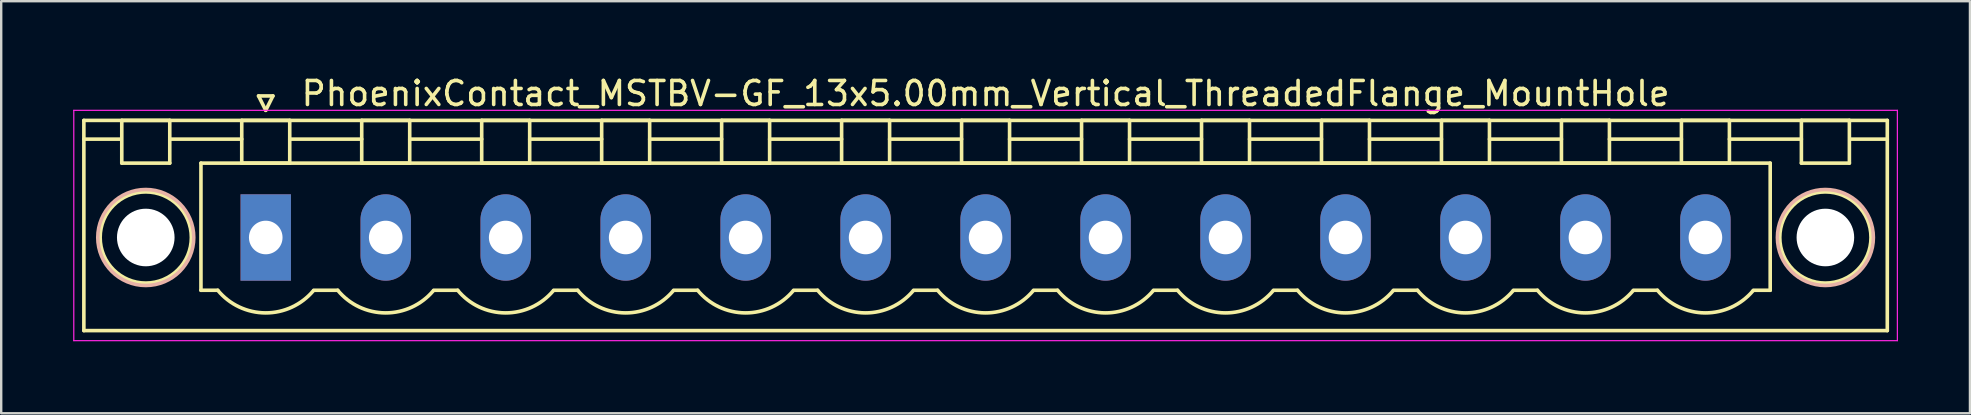
<source format=kicad_pcb>
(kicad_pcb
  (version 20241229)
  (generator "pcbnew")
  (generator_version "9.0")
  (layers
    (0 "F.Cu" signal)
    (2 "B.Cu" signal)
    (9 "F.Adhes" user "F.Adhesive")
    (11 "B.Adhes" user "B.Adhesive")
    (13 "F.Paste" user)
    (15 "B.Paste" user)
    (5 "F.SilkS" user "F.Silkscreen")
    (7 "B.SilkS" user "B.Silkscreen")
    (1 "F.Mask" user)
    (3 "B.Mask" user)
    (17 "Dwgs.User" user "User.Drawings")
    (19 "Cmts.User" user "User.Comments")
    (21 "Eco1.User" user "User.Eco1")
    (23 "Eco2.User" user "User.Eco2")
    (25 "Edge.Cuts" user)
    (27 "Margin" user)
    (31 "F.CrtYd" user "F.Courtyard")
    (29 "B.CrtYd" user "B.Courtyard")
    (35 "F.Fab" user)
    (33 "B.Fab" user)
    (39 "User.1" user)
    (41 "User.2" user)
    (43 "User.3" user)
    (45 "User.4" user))
  (footprint "PhoenixContact_MSTBV-GF_13x5.00mm_Vertical_ThreadedFlange_MountHole"
    (layer "F.Cu")
    (at 8.025 6.848)
    (property "Reference" "PhoenixContact_MSTBV-GF_13x5.00mm_Vertical_ThreadedFlange_MountHole" (at 30 -6 0) (layer "F.SilkS") (effects (font (size 1 1) (thickness 0.15))))
    (attr through_hole)
    (fp_line (start -7.58 -4.88) (end -7.58 3.88) (stroke (width 0.15) (type solid)) (layer "F.SilkS"))
    (fp_line (start -7.58 -4.1) (end -6.08 -4.1) (stroke (width 0.15) (type solid)) (layer "F.SilkS"))
    (fp_line (start -7.58 3.88) (end 67.58 3.88) (stroke (width 0.15) (type solid)) (layer "F.SilkS"))
    (fp_line (start -6 -4.88) (end -4 -4.88) (stroke (width 0.15) (type solid)) (layer "F.SilkS"))
    (fp_line (start -6 -3.1) (end -6 -4.88) (stroke (width 0.15) (type solid)) (layer "F.SilkS"))
    (fp_line (start -4 -4.88) (end -4 -3.1) (stroke (width 0.15) (type solid)) (layer "F.SilkS"))
    (fp_line (start -4 -4.1) (end -1 -4.1) (stroke (width 0.15) (type solid)) (layer "F.SilkS"))
    (fp_line (start -4 -3.1) (end -6 -3.1) (stroke (width 0.15) (type solid)) (layer "F.SilkS"))
    (fp_line (start -2.7 -3.1) (end 62.7 -3.1) (stroke (width 0.15) (type solid)) (layer "F.SilkS"))
    (fp_line (start -2.7 2.2) (end -2.7 -3.1) (stroke (width 0.15) (type solid)) (layer "F.SilkS"))
    (fp_line (start -2 2.2) (end -2.7 2.2) (stroke (width 0.15) (type solid)) (layer "F.SilkS"))
    (fp_line (start -1 -4.88) (end 1 -4.88) (stroke (width 0.15) (type solid)) (layer "F.SilkS"))
    (fp_line (start -1 -3.1) (end -1 -4.88) (stroke (width 0.15) (type solid)) (layer "F.SilkS"))
    (fp_line (start -0.3 -5.9) (end 0 -5.3) (stroke (width 0.15) (type solid)) (layer "F.SilkS"))
    (fp_line (start 0 -5.3) (end 0.3 -5.9) (stroke (width 0.15) (type solid)) (layer "F.SilkS"))
    (fp_line (start 0.3 -5.9) (end -0.3 -5.9) (stroke (width 0.15) (type solid)) (layer "F.SilkS"))
    (fp_line (start 1 -4.88) (end 1 -3.1) (stroke (width 0.15) (type solid)) (layer "F.SilkS"))
    (fp_line (start 1 -4.1) (end 4 -4.1) (stroke (width 0.15) (type solid)) (layer "F.SilkS"))
    (fp_line (start 1 -3.1) (end -1 -3.1) (stroke (width 0.15) (type solid)) (layer "F.SilkS"))
    (fp_line (start 2 2.2) (end 3 2.2) (stroke (width 0.15) (type solid)) (layer "F.SilkS"))
    (fp_line (start 4 -4.88) (end 6 -4.88) (stroke (width 0.15) (type solid)) (layer "F.SilkS"))
    (fp_line (start 4 -3.1) (end 4 -4.88) (stroke (width 0.15) (type solid)) (layer "F.SilkS"))
    (fp_line (start 6 -4.88) (end 6 -3.1) (stroke (width 0.15) (type solid)) (layer "F.SilkS"))
    (fp_line (start 6 -4.1) (end 9 -4.1) (stroke (width 0.15) (type solid)) (layer "F.SilkS"))
    (fp_line (start 6 -3.1) (end 4 -3.1) (stroke (width 0.15) (type solid)) (layer "F.SilkS"))
    (fp_line (start 7 2.2) (end 8 2.2) (stroke (width 0.15) (type solid)) (layer "F.SilkS"))
    (fp_line (start 9 -4.88) (end 11 -4.88) (stroke (width 0.15) (type solid)) (layer "F.SilkS"))
    (fp_line (start 9 -3.1) (end 9 -4.88) (stroke (width 0.15) (type solid)) (layer "F.SilkS"))
    (fp_line (start 11 -4.88) (end 11 -3.1) (stroke (width 0.15) (type solid)) (layer "F.SilkS"))
    (fp_line (start 11 -4.1) (end 14 -4.1) (stroke (width 0.15) (type solid)) (layer "F.SilkS"))
    (fp_line (start 11 -3.1) (end 9 -3.1) (stroke (width 0.15) (type solid)) (layer "F.SilkS"))
    (fp_line (start 12 2.2) (end 13 2.2) (stroke (width 0.15) (type solid)) (layer "F.SilkS"))
    (fp_line (start 14 -4.88) (end 16 -4.88) (stroke (width 0.15) (type solid)) (layer "F.SilkS"))
    (fp_line (start 14 -3.1) (end 14 -4.88) (stroke (width 0.15) (type solid)) (layer "F.SilkS"))
    (fp_line (start 16 -4.88) (end 16 -3.1) (stroke (width 0.15) (type solid)) (layer "F.SilkS"))
    (fp_line (start 16 -4.1) (end 19 -4.1) (stroke (width 0.15) (type solid)) (layer "F.SilkS"))
    (fp_line (start 16 -3.1) (end 14 -3.1) (stroke (width 0.15) (type solid)) (layer "F.SilkS"))
    (fp_line (start 17 2.2) (end 18 2.2) (stroke (width 0.15) (type solid)) (layer "F.SilkS"))
    (fp_line (start 19 -4.88) (end 21 -4.88) (stroke (width 0.15) (type solid)) (layer "F.SilkS"))
    (fp_line (start 19 -3.1) (end 19 -4.88) (stroke (width 0.15) (type solid)) (layer "F.SilkS"))
    (fp_line (start 21 -4.88) (end 21 -3.1) (stroke (width 0.15) (type solid)) (layer "F.SilkS"))
    (fp_line (start 21 -4.1) (end 24 -4.1) (stroke (width 0.15) (type solid)) (layer "F.SilkS"))
    (fp_line (start 21 -3.1) (end 19 -3.1) (stroke (width 0.15) (type solid)) (layer "F.SilkS"))
    (fp_line (start 22 2.2) (end 23 2.2) (stroke (width 0.15) (type solid)) (layer "F.SilkS"))
    (fp_line (start 24 -4.88) (end 26 -4.88) (stroke (width 0.15) (type solid)) (layer "F.SilkS"))
    (fp_line (start 24 -3.1) (end 24 -4.88) (stroke (width 0.15) (type solid)) (layer "F.SilkS"))
    (fp_line (start 26 -4.88) (end 26 -3.1) (stroke (width 0.15) (type solid)) (layer "F.SilkS"))
    (fp_line (start 26 -4.1) (end 29 -4.1) (stroke (width 0.15) (type solid)) (layer "F.SilkS"))
    (fp_line (start 26 -3.1) (end 24 -3.1) (stroke (width 0.15) (type solid)) (layer "F.SilkS"))
    (fp_line (start 27 2.2) (end 28 2.2) (stroke (width 0.15) (type solid)) (layer "F.SilkS"))
    (fp_line (start 29 -4.88) (end 31 -4.88) (stroke (width 0.15) (type solid)) (layer "F.SilkS"))
    (fp_line (start 29 -3.1) (end 29 -4.88) (stroke (width 0.15) (type solid)) (layer "F.SilkS"))
    (fp_line (start 31 -4.88) (end 31 -3.1) (stroke (width 0.15) (type solid)) (layer "F.SilkS"))
    (fp_line (start 31 -4.1) (end 34 -4.1) (stroke (width 0.15) (type solid)) (layer "F.SilkS"))
    (fp_line (start 31 -3.1) (end 29 -3.1) (stroke (width 0.15) (type solid)) (layer "F.SilkS"))
    (fp_line (start 32 2.2) (end 33 2.2) (stroke (width 0.15) (type solid)) (layer "F.SilkS"))
    (fp_line (start 34 -4.88) (end 36 -4.88) (stroke (width 0.15) (type solid)) (layer "F.SilkS"))
    (fp_line (start 34 -3.1) (end 34 -4.88) (stroke (width 0.15) (type solid)) (layer "F.SilkS"))
    (fp_line (start 36 -4.88) (end 36 -3.1) (stroke (width 0.15) (type solid)) (layer "F.SilkS"))
    (fp_line (start 36 -4.1) (end 39 -4.1) (stroke (width 0.15) (type solid)) (layer "F.SilkS"))
    (fp_line (start 36 -3.1) (end 34 -3.1) (stroke (width 0.15) (type solid)) (layer "F.SilkS"))
    (fp_line (start 37 2.2) (end 38 2.2) (stroke (width 0.15) (type solid)) (layer "F.SilkS"))
    (fp_line (start 39 -4.88) (end 41 -4.88) (stroke (width 0.15) (type solid)) (layer "F.SilkS"))
    (fp_line (start 39 -3.1) (end 39 -4.88) (stroke (width 0.15) (type solid)) (layer "F.SilkS"))
    (fp_line (start 41 -4.88) (end 41 -3.1) (stroke (width 0.15) (type solid)) (layer "F.SilkS"))
    (fp_line (start 41 -4.1) (end 44 -4.1) (stroke (width 0.15) (type solid)) (layer "F.SilkS"))
    (fp_line (start 41 -3.1) (end 39 -3.1) (stroke (width 0.15) (type solid)) (layer "F.SilkS"))
    (fp_line (start 42 2.2) (end 43 2.2) (stroke (width 0.15) (type solid)) (layer "F.SilkS"))
    (fp_line (start 44 -4.88) (end 46 -4.88) (stroke (width 0.15) (type solid)) (layer "F.SilkS"))
    (fp_line (start 44 -3.1) (end 44 -4.88) (stroke (width 0.15) (type solid)) (layer "F.SilkS"))
    (fp_line (start 46 -4.88) (end 46 -3.1) (stroke (width 0.15) (type solid)) (layer "F.SilkS"))
    (fp_line (start 46 -4.1) (end 49 -4.1) (stroke (width 0.15) (type solid)) (layer "F.SilkS"))
    (fp_line (start 46 -3.1) (end 44 -3.1) (stroke (width 0.15) (type solid)) (layer "F.SilkS"))
    (fp_line (start 47 2.2) (end 48 2.2) (stroke (width 0.15) (type solid)) (layer "F.SilkS"))
    (fp_line (start 49 -4.88) (end 51 -4.88) (stroke (width 0.15) (type solid)) (layer "F.SilkS"))
    (fp_line (start 49 -3.1) (end 49 -4.88) (stroke (width 0.15) (type solid)) (layer "F.SilkS"))
    (fp_line (start 51 -4.88) (end 51 -3.1) (stroke (width 0.15) (type solid)) (layer "F.SilkS"))
    (fp_line (start 51 -4.1) (end 54 -4.1) (stroke (width 0.15) (type solid)) (layer "F.SilkS"))
    (fp_line (start 51 -3.1) (end 49 -3.1) (stroke (width 0.15) (type solid)) (layer "F.SilkS"))
    (fp_line (start 52 2.2) (end 53 2.2) (stroke (width 0.15) (type solid)) (layer "F.SilkS"))
    (fp_line (start 54 -4.88) (end 56 -4.88) (stroke (width 0.15) (type solid)) (layer "F.SilkS"))
    (fp_line (start 54 -3.1) (end 54 -4.88) (stroke (width 0.15) (type solid)) (layer "F.SilkS"))
    (fp_line (start 56 -4.88) (end 56 -3.1) (stroke (width 0.15) (type solid)) (layer "F.SilkS"))
    (fp_line (start 56 -4.1) (end 59 -4.1) (stroke (width 0.15) (type solid)) (layer "F.SilkS"))
    (fp_line (start 56 -3.1) (end 54 -3.1) (stroke (width 0.15) (type solid)) (layer "F.SilkS"))
    (fp_line (start 57 2.2) (end 58 2.2) (stroke (width 0.15) (type solid)) (layer "F.SilkS"))
    (fp_line (start 59 -4.88) (end 61 -4.88) (stroke (width 0.15) (type solid)) (layer "F.SilkS"))
    (fp_line (start 59 -3.1) (end 59 -4.88) (stroke (width 0.15) (type solid)) (layer "F.SilkS"))
    (fp_line (start 61 -4.88) (end 61 -3.1) (stroke (width 0.15) (type solid)) (layer "F.SilkS"))
    (fp_line (start 61 -4.1) (end 64 -4.1) (stroke (width 0.15) (type solid)) (layer "F.SilkS"))
    (fp_line (start 61 -3.1) (end 59 -3.1) (stroke (width 0.15) (type solid)) (layer "F.SilkS"))
    (fp_line (start 62.7 -3.1) (end 62.7 2.2) (stroke (width 0.15) (type solid)) (layer "F.SilkS"))
    (fp_line (start 62.7 2.2) (end 62 2.2) (stroke (width 0.15) (type solid)) (layer "F.SilkS"))
    (fp_line (start 64 -4.88) (end 66 -4.88) (stroke (width 0.15) (type solid)) (layer "F.SilkS"))
    (fp_line (start 64 -3.1) (end 64 -4.88) (stroke (width 0.15) (type solid)) (layer "F.SilkS"))
    (fp_line (start 66 -4.88) (end 66 -3.1) (stroke (width 0.15) (type solid)) (layer "F.SilkS"))
    (fp_line (start 66 -3.1) (end 64 -3.1) (stroke (width 0.15) (type solid)) (layer "F.SilkS"))
    (fp_line (start 67.58 -4.88) (end -7.58 -4.88) (stroke (width 0.15) (type solid)) (layer "F.SilkS"))
    (fp_line (start 67.58 -4.1) (end 66.08 -4.1) (stroke (width 0.15) (type solid)) (layer "F.SilkS"))
    (fp_line (start 67.58 3.88) (end 67.58 -4.88) (stroke (width 0.15) (type solid)) (layer "F.SilkS"))
    (fp_arc (start 1.986842 2.215821) (mid -0.010289 3.142758) (end -2 2.2) (stroke (width 0.15) (type solid)) (layer "F.SilkS"))
    (fp_arc (start 6.986842 2.215821) (mid 4.989711 3.142758) (end 3 2.2) (stroke (width 0.15) (type solid)) (layer "F.SilkS"))
    (fp_arc (start 11.986842 2.215821) (mid 9.989711 3.142758) (end 8 2.2) (stroke (width 0.15) (type solid)) (layer "F.SilkS"))
    (fp_arc (start 16.986842 2.215821) (mid 14.989711 3.142758) (end 13 2.2) (stroke (width 0.15) (type solid)) (layer "F.SilkS"))
    (fp_arc (start 21.986842 2.215821) (mid 19.989711 3.142758) (end 18 2.2) (stroke (width 0.15) (type solid)) (layer "F.SilkS"))
    (fp_arc (start 26.986842 2.215821) (mid 24.989711 3.142758) (end 23 2.2) (stroke (width 0.15) (type solid)) (layer "F.SilkS"))
    (fp_arc (start 31.986842 2.215821) (mid 29.989711 3.142758) (end 28 2.2) (stroke (width 0.15) (type solid)) (layer "F.SilkS"))
    (fp_arc (start 36.986842 2.215821) (mid 34.989711 3.142758) (end 33 2.2) (stroke (width 0.15) (type solid)) (layer "F.SilkS"))
    (fp_arc (start 41.986842 2.215821) (mid 39.989711 3.142758) (end 38 2.2) (stroke (width 0.15) (type solid)) (layer "F.SilkS"))
    (fp_arc (start 46.986842 2.215821) (mid 44.989711 3.142758) (end 43 2.2) (stroke (width 0.15) (type solid)) (layer "F.SilkS"))
    (fp_arc (start 51.986842 2.215821) (mid 49.989711 3.142758) (end 48 2.2) (stroke (width 0.15) (type solid)) (layer "F.SilkS"))
    (fp_arc (start 56.986842 2.215821) (mid 54.989711 3.142758) (end 53 2.2) (stroke (width 0.15) (type solid)) (layer "F.SilkS"))
    (fp_arc (start 61.986842 2.215821) (mid 59.989711 3.142758) (end 58 2.2) (stroke (width 0.15) (type solid)) (layer "F.SilkS"))
    (fp_circle (center -5 0) (end -3.1 0) (stroke (width 0.15) (type solid)) (fill no) (layer "F.SilkS"))
    (fp_circle (center 65 0) (end 66.9 0) (stroke (width 0.15) (type solid)) (fill no) (layer "F.SilkS"))
    (fp_circle (center -5 0) (end -3 0) (stroke (width 0.15) (type solid)) (fill no) (layer "B.SilkS"))
    (fp_circle (center 65 0) (end 67 0) (stroke (width 0.15) (type solid)) (fill no) (layer "B.SilkS"))
    (fp_line (start -8 -5.3) (end -8 4.3) (stroke (width 0.05) (type solid)) (layer "F.CrtYd"))
    (fp_line (start -8 4.3) (end 68 4.3) (stroke (width 0.05) (type solid)) (layer "F.CrtYd"))
    (fp_line (start 68 -5.3) (end -8 -5.3) (stroke (width 0.05) (type solid)) (layer "F.CrtYd"))
    (fp_line (start 68 4.3) (end 68 -5.3) (stroke (width 0.05) (type solid)) (layer "F.CrtYd"))
    (pad "" np_thru_hole circle (at -5 0) (size 2.4 2.4) (drill 2.4) (layers "*.Cu" "*.Mask"))
    (pad "" np_thru_hole circle (at 65 0) (size 2.4 2.4) (drill 2.4) (layers "*.Cu" "*.Mask"))
    (pad "1" thru_hole rect (at 0 0) (size 2.1 3.6) (drill 1.4) (layers "*.Cu" "*.Mask"))
    (pad "2" thru_hole oval (at 5 0) (size 2.1 3.6) (drill 1.4) (layers "*.Cu" "*.Mask"))
    (pad "3" thru_hole oval (at 10 0) (size 2.1 3.6) (drill 1.4) (layers "*.Cu" "*.Mask"))
    (pad "4" thru_hole oval (at 15 0) (size 2.1 3.6) (drill 1.4) (layers "*.Cu" "*.Mask"))
    (pad "5" thru_hole oval (at 20 0) (size 2.1 3.6) (drill 1.4) (layers "*.Cu" "*.Mask"))
    (pad "6" thru_hole oval (at 25 0) (size 2.1 3.6) (drill 1.4) (layers "*.Cu" "*.Mask"))
    (pad "7" thru_hole oval (at 30 0) (size 2.1 3.6) (drill 1.4) (layers "*.Cu" "*.Mask"))
    (pad "8" thru_hole oval (at 35 0) (size 2.1 3.6) (drill 1.4) (layers "*.Cu" "*.Mask"))
    (pad "9" thru_hole oval (at 40 0) (size 2.1 3.6) (drill 1.4) (layers "*.Cu" "*.Mask"))
    (pad "10" thru_hole oval (at 45 0) (size 2.1 3.6) (drill 1.4) (layers "*.Cu" "*.Mask"))
    (pad "11" thru_hole oval (at 50 0) (size 2.1 3.6) (drill 1.4) (layers "*.Cu" "*.Mask"))
    (pad "12" thru_hole oval (at 55 0) (size 2.1 3.6) (drill 1.4) (layers "*.Cu" "*.Mask"))
    (pad "13" thru_hole oval (at 60 0) (size 2.1 3.6) (drill 1.4) (layers "*.Cu" "*.Mask")))
  (gr_rect
    (start -3 -3)
    (end 79.05 14.173)
    (stroke (width 0.1) (type default))
    (fill no)
    (layer "Edge.Cuts")))
</source>
